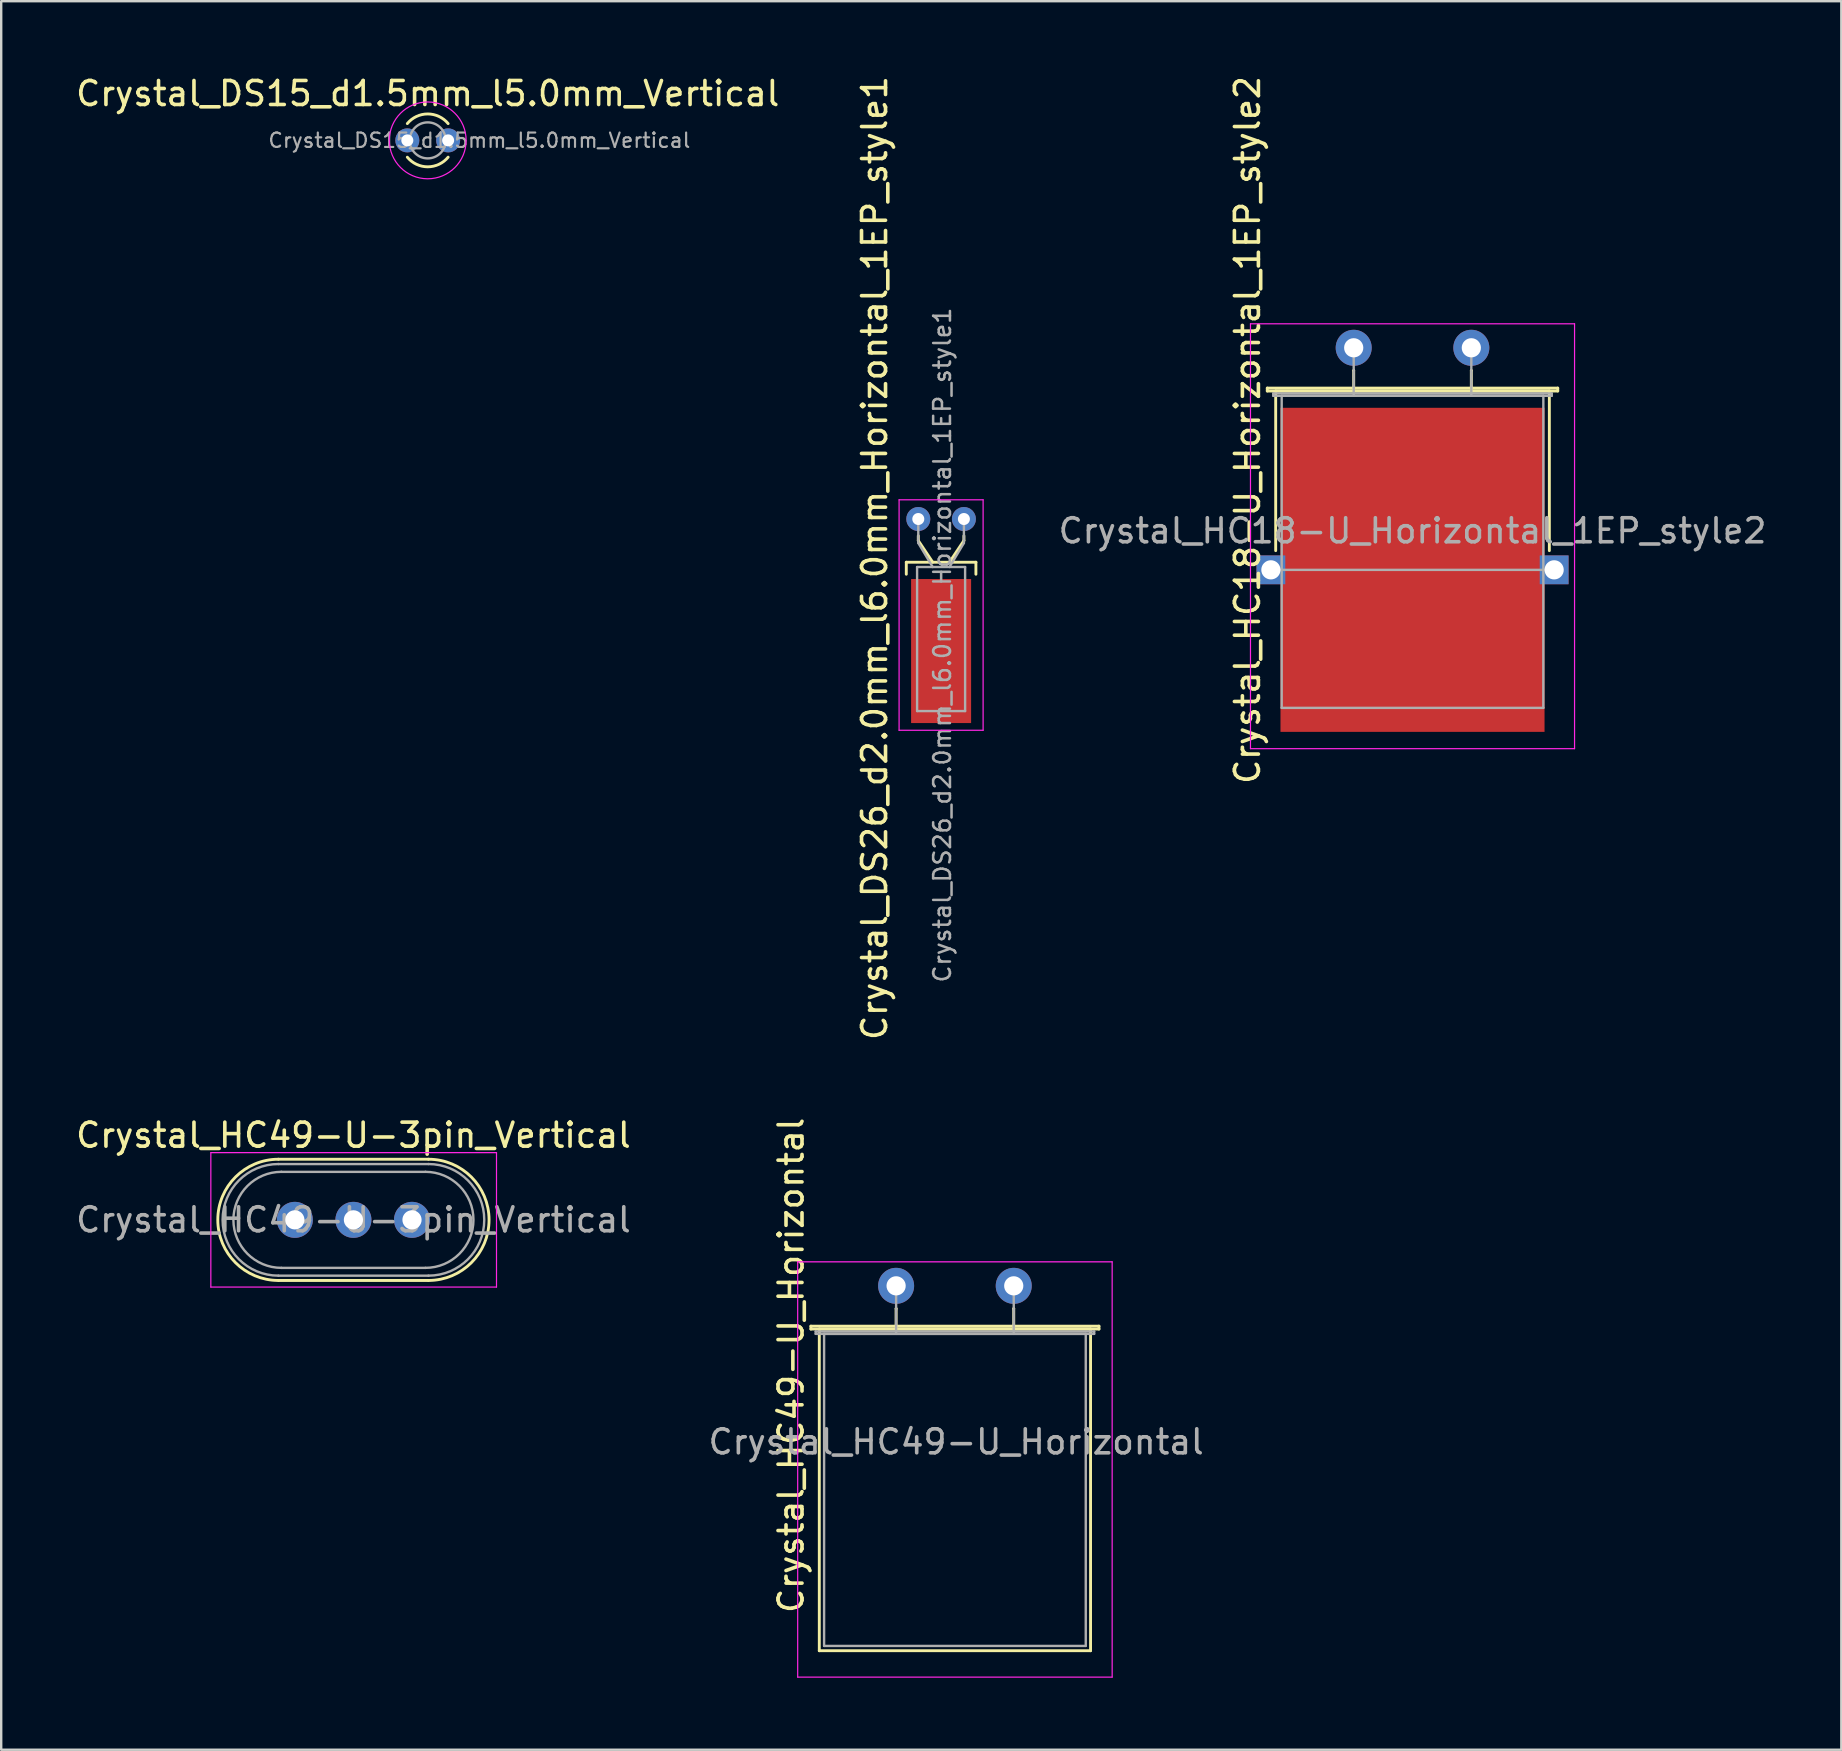
<source format=kicad_pcb>
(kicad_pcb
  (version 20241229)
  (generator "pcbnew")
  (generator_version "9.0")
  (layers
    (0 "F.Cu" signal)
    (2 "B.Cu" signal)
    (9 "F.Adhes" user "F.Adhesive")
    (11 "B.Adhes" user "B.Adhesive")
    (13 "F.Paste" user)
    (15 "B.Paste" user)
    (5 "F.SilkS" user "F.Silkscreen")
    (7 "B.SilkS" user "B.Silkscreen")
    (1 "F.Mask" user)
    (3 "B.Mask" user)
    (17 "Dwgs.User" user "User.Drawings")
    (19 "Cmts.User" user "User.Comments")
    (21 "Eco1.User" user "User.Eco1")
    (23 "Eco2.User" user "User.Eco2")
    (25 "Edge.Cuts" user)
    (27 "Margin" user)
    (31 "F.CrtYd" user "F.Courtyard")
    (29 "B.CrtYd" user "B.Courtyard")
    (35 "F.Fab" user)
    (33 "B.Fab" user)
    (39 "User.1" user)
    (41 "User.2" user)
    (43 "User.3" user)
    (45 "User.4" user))
  (footprint "Crystal_DS26_d2.0mm_l6.0mm_Horizontal_1EP_style1"
    (layer "F.Cu")
    (at 35.204 18.571)
    (property "Reference" "Crystal_DS26_d2.0mm_l6.0mm_Horizontal_1EP_style1" (at -1.82 1.625 90) (layer "F.SilkS") (effects (font (size 1 1) (thickness 0.15))))
    (attr through_hole)
    (fp_line (start -0.5 1.8) (end 2.4 1.8) (stroke (width 0.12) (type solid)) (layer "F.SilkS"))
    (fp_line (start -0.5 2.3) (end -0.5 1.8) (stroke (width 0.12) (type solid)) (layer "F.SilkS"))
    (fp_line (start 0 0.9) (end 0 0.7) (stroke (width 0.12) (type solid)) (layer "F.SilkS"))
    (fp_line (start 0.6 1.8) (end 0 0.9) (stroke (width 0.12) (type solid)) (layer "F.SilkS"))
    (fp_line (start 1.3 1.8) (end 1.9 0.9) (stroke (width 0.12) (type solid)) (layer "F.SilkS"))
    (fp_line (start 1.9 0.9) (end 1.9 0.7) (stroke (width 0.12) (type solid)) (layer "F.SilkS"))
    (fp_line (start 2.4 1.8) (end 2.4 2.3) (stroke (width 0.12) (type solid)) (layer "F.SilkS"))
    (fp_line (start -0.8 -0.8) (end -0.8 8.8) (stroke (width 0.05) (type solid)) (layer "F.CrtYd"))
    (fp_line (start -0.8 8.8) (end 2.7 8.8) (stroke (width 0.05) (type solid)) (layer "F.CrtYd"))
    (fp_line (start 2.7 -0.8) (end -0.8 -0.8) (stroke (width 0.05) (type solid)) (layer "F.CrtYd"))
    (fp_line (start 2.7 8.8) (end 2.7 -0.8) (stroke (width 0.05) (type solid)) (layer "F.CrtYd"))
    (fp_line (start -0.05 2) (end -0.05 8) (stroke (width 0.1) (type solid)) (layer "F.Fab"))
    (fp_line (start -0.05 8) (end 1.95 8) (stroke (width 0.1) (type solid)) (layer "F.Fab"))
    (fp_line (start 0 1) (end 0 0) (stroke (width 0.1) (type solid)) (layer "F.Fab"))
    (fp_line (start 0.6 2) (end 0 1) (stroke (width 0.1) (type solid)) (layer "F.Fab"))
    (fp_line (start 1.3 2) (end 1.9 1) (stroke (width 0.1) (type solid)) (layer "F.Fab"))
    (fp_line (start 1.9 1) (end 1.9 0) (stroke (width 0.1) (type solid)) (layer "F.Fab"))
    (fp_line (start 1.95 2) (end -0.05 2) (stroke (width 0.1) (type solid)) (layer "F.Fab"))
    (fp_line (start 1.95 8) (end 1.95 2) (stroke (width 0.1) (type solid)) (layer "F.Fab"))
    (fp_text user "${REFERENCE}" (at 1 5.25 90) (layer "F.Fab") (effects (font (size 0.7 0.7) (thickness 0.105))))
    (pad "1" thru_hole circle (at 0 0) (size 1 1) (drill 0.5) (layers "*.Cu" "*.Mask"))
    (pad "2" thru_hole circle (at 1.9 0) (size 1 1) (drill 0.5) (layers "*.Cu" "*.Mask"))
    (pad "3" smd rect (at 0.95 5.5) (size 2.5 6) (layers "F.Cu" "F.Mask" "F.Paste")))
  (footprint "Crystal_HC18-U_Horizontal_1EP_style2"
    (layer "F.Cu")
    (at 53.342 11.438)
    (property "Reference" "Crystal_HC18-U_Horizontal_1EP_style2" (at -4.425 3.425 90) (layer "F.SilkS") (effects (font (size 1 1) (thickness 0.15))))
    (attr through_hole)
    (fp_line (start -3.6 1.68) (end 8.5 1.68) (stroke (width 0.12) (type solid)) (layer "F.SilkS"))
    (fp_line (start -3.6 1.8) (end -3.6 1.68) (stroke (width 0.12) (type solid)) (layer "F.SilkS"))
    (fp_line (start -3.25 1.8) (end 8.15 1.8) (stroke (width 0.12) (type solid)) (layer "F.SilkS"))
    (fp_line (start -3.25 8.45) (end -3.25 1.8) (stroke (width 0.12) (type solid)) (layer "F.SilkS"))
    (fp_line (start 0 0.95) (end 0 0.95) (stroke (width 0.12) (type solid)) (layer "F.SilkS"))
    (fp_line (start 0 1.8) (end 0 0.95) (stroke (width 0.12) (type solid)) (layer "F.SilkS"))
    (fp_line (start 4.9 0.95) (end 4.9 0.95) (stroke (width 0.12) (type solid)) (layer "F.SilkS"))
    (fp_line (start 4.9 1.8) (end 4.9 0.95) (stroke (width 0.12) (type solid)) (layer "F.SilkS"))
    (fp_line (start 8.15 1.8) (end 8.15 8.45) (stroke (width 0.12) (type solid)) (layer "F.SilkS"))
    (fp_line (start 8.5 1.68) (end 8.5 1.8) (stroke (width 0.12) (type solid)) (layer "F.SilkS"))
    (fp_line (start 8.5 1.8) (end -3.6 1.8) (stroke (width 0.12) (type solid)) (layer "F.SilkS"))
    (fp_line (start -4.3 -1) (end -4.3 16.7) (stroke (width 0.05) (type solid)) (layer "F.CrtYd"))
    (fp_line (start -4.3 16.7) (end 9.2 16.7) (stroke (width 0.05) (type solid)) (layer "F.CrtYd"))
    (fp_line (start 9.2 -1) (end -4.3 -1) (stroke (width 0.05) (type solid)) (layer "F.CrtYd"))
    (fp_line (start 9.2 16.7) (end 9.2 -1) (stroke (width 0.05) (type solid)) (layer "F.CrtYd"))
    (fp_line (start -3.45 9.25) (end 8.35 9.25) (stroke (width 0.1) (type solid)) (layer "F.Fab"))
    (fp_line (start -3.35 1.9) (end 8.25 1.9) (stroke (width 0.1) (type solid)) (layer "F.Fab"))
    (fp_line (start -3.35 2) (end -3.35 1.9) (stroke (width 0.1) (type solid)) (layer "F.Fab"))
    (fp_line (start -3 2) (end -3 15) (stroke (width 0.1) (type solid)) (layer "F.Fab"))
    (fp_line (start -3 15) (end 7.9 15) (stroke (width 0.1) (type solid)) (layer "F.Fab"))
    (fp_line (start 0 1) (end 0 0) (stroke (width 0.1) (type solid)) (layer "F.Fab"))
    (fp_line (start 0 2) (end 0 1) (stroke (width 0.1) (type solid)) (layer "F.Fab"))
    (fp_line (start 4.9 1) (end 4.9 0) (stroke (width 0.1) (type solid)) (layer "F.Fab"))
    (fp_line (start 4.9 2) (end 4.9 1) (stroke (width 0.1) (type solid)) (layer "F.Fab"))
    (fp_line (start 7.9 2) (end -3 2) (stroke (width 0.1) (type solid)) (layer "F.Fab"))
    (fp_line (start 7.9 15) (end 7.9 2) (stroke (width 0.1) (type solid)) (layer "F.Fab"))
    (fp_line (start 8.25 1.9) (end 8.25 2) (stroke (width 0.1) (type solid)) (layer "F.Fab"))
    (fp_line (start 8.25 2) (end -3.35 2) (stroke (width 0.1) (type solid)) (layer "F.Fab"))
    (fp_text user "${REFERENCE}" (at 2.45 7.625 0) (layer "F.Fab") (effects (font (size 1 1) (thickness 0.15))))
    (pad "1" thru_hole circle (at 0 0) (size 1.5 1.5) (drill 0.8) (layers "*.Cu" "*.Mask"))
    (pad "2" thru_hole circle (at 4.9 0) (size 1.5 1.5) (drill 0.8) (layers "*.Cu" "*.Mask"))
    (pad "3" thru_hole rect (at -3.45 9.25) (size 1.2 1.2) (drill 0.8) (layers "*.Cu" "*.Mask"))
    (pad "3" smd rect (at 2.45 9.25) (size 11 13.5) (layers "F.Cu" "F.Mask" "F.Paste"))
    (pad "3" thru_hole rect (at 8.35 9.25) (size 1.2 1.2) (drill 0.8) (layers "*.Cu" "*.Mask")))
  (footprint "Crystal_HC49-U_Horizontal"
    (layer "F.Cu")
    (at 34.28 50.515)
    (property "Reference" "Crystal_HC49-U_Horizontal" (at -4.375 3.312 90) (layer "F.SilkS") (effects (font (size 1 1) (thickness 0.15))))
    (attr through_hole)
    (fp_line (start -3.55 1.68) (end 8.45 1.68) (stroke (width 0.12) (type solid)) (layer "F.SilkS"))
    (fp_line (start -3.55 1.8) (end -3.55 1.68) (stroke (width 0.12) (type solid)) (layer "F.SilkS"))
    (fp_line (start -3.2 1.8) (end -3.2 15.2) (stroke (width 0.12) (type solid)) (layer "F.SilkS"))
    (fp_line (start -3.2 15.2) (end 8.1 15.2) (stroke (width 0.12) (type solid)) (layer "F.SilkS"))
    (fp_line (start 0 0.95) (end 0 0.95) (stroke (width 0.12) (type solid)) (layer "F.SilkS"))
    (fp_line (start 0 1.8) (end 0 0.95) (stroke (width 0.12) (type solid)) (layer "F.SilkS"))
    (fp_line (start 4.9 0.95) (end 4.9 0.95) (stroke (width 0.12) (type solid)) (layer "F.SilkS"))
    (fp_line (start 4.9 1.8) (end 4.9 0.95) (stroke (width 0.12) (type solid)) (layer "F.SilkS"))
    (fp_line (start 8.1 1.8) (end -3.2 1.8) (stroke (width 0.12) (type solid)) (layer "F.SilkS"))
    (fp_line (start 8.1 15.2) (end 8.1 1.8) (stroke (width 0.12) (type solid)) (layer "F.SilkS"))
    (fp_line (start 8.45 1.68) (end 8.45 1.8) (stroke (width 0.12) (type solid)) (layer "F.SilkS"))
    (fp_line (start 8.45 1.8) (end -3.55 1.8) (stroke (width 0.12) (type solid)) (layer "F.SilkS"))
    (fp_line (start -4.1 -1) (end -4.1 16.3) (stroke (width 0.05) (type solid)) (layer "F.CrtYd"))
    (fp_line (start -4.1 16.3) (end 9 16.3) (stroke (width 0.05) (type solid)) (layer "F.CrtYd"))
    (fp_line (start 9 -1) (end -4.1 -1) (stroke (width 0.05) (type solid)) (layer "F.CrtYd"))
    (fp_line (start 9 16.3) (end 9 -1) (stroke (width 0.05) (type solid)) (layer "F.CrtYd"))
    (fp_line (start -3.35 1.9) (end 8.25 1.9) (stroke (width 0.1) (type solid)) (layer "F.Fab"))
    (fp_line (start -3.35 2) (end -3.35 1.9) (stroke (width 0.1) (type solid)) (layer "F.Fab"))
    (fp_line (start -3 2) (end -3 15) (stroke (width 0.1) (type solid)) (layer "F.Fab"))
    (fp_line (start -3 15) (end 7.9 15) (stroke (width 0.1) (type solid)) (layer "F.Fab"))
    (fp_line (start 0 1) (end 0 0) (stroke (width 0.1) (type solid)) (layer "F.Fab"))
    (fp_line (start 0 2) (end 0 1) (stroke (width 0.1) (type solid)) (layer "F.Fab"))
    (fp_line (start 4.9 1) (end 4.9 0) (stroke (width 0.1) (type solid)) (layer "F.Fab"))
    (fp_line (start 4.9 2) (end 4.9 1) (stroke (width 0.1) (type solid)) (layer "F.Fab"))
    (fp_line (start 7.9 2) (end -3 2) (stroke (width 0.1) (type solid)) (layer "F.Fab"))
    (fp_line (start 7.9 15) (end 7.9 2) (stroke (width 0.1) (type solid)) (layer "F.Fab"))
    (fp_line (start 8.25 1.9) (end 8.25 2) (stroke (width 0.1) (type solid)) (layer "F.Fab"))
    (fp_line (start 8.25 2) (end -3.35 2) (stroke (width 0.1) (type solid)) (layer "F.Fab"))
    (fp_text user "${REFERENCE}" (at 2.5 6.5 0) (layer "F.Fab") (effects (font (size 1 1) (thickness 0.15))))
    (pad "1" thru_hole circle (at 0 0) (size 1.5 1.5) (drill 0.8) (layers "*.Cu" "*.Mask"))
    (pad "2" thru_hole circle (at 4.9 0) (size 1.5 1.5) (drill 0.8) (layers "*.Cu" "*.Mask")))
  (footprint "Crystal_DS15_d1.5mm_l5.0mm_Vertical"
    (layer "F.Cu")
    (at 13.918 2.798)
    (property "Reference" "Crystal_DS15_d1.5mm_l5.0mm_Vertical" (at 0.85 -1.95 0) (layer "F.SilkS") (effects (font (size 1 1) (thickness 0.15))))
    (attr through_hole)
    (fp_arc (start 0 -0.7) (mid 0.850432 -1.101136) (end 1.700549 -0.699333) (stroke (width 0.12) (type solid)) (layer "F.SilkS"))
    (fp_arc (start 1.700549 0.699333) (mid 0.850432 1.101136) (end 0 0.7) (stroke (width 0.12) (type solid)) (layer "F.SilkS"))
    (fp_circle (center 0.85 0) (end 2.45 0) (stroke (width 0.05) (type solid)) (fill no) (layer "F.CrtYd"))
    (fp_circle (center 0.85 0) (end 1.6 0) (stroke (width 0.1) (type solid)) (fill no) (layer "F.Fab"))
    (fp_text user "${REFERENCE}" (at 3 0 0) (layer "F.Fab") (effects (font (size 0.6 0.6) (thickness 0.09))))
    (pad "1" thru_hole circle (at 0 0) (size 1 1) (drill 0.5) (layers "*.Cu" "*.Mask"))
    (pad "2" thru_hole circle (at 1.7 0) (size 1 1) (drill 0.5) (layers "*.Cu" "*.Mask")))
  (footprint "Crystal_HC49-U-3pin_Vertical"
    (layer "F.Cu")
    (at 9.233 47.766)
    (property "Reference" "Crystal_HC49-U-3pin_Vertical" (at 2.44 -3.525 0) (layer "F.SilkS") (effects (font (size 1 1) (thickness 0.15))))
    (attr through_hole)
    (fp_line (start -0.685 -2.525) (end 5.565 -2.525) (stroke (width 0.12) (type solid)) (layer "F.SilkS"))
    (fp_line (start -0.685 2.525) (end 5.565 2.525) (stroke (width 0.12) (type solid)) (layer "F.SilkS"))
    (fp_arc (start -0.685 2.525) (mid -3.21 0) (end -0.685 -2.525) (stroke (width 0.12) (type solid)) (layer "F.SilkS"))
    (fp_arc (start 5.565 -2.525) (mid 8.09 0) (end 5.565 2.525) (stroke (width 0.12) (type solid)) (layer "F.SilkS"))
    (fp_line (start -3.5 -2.8) (end -3.5 2.8) (stroke (width 0.05) (type solid)) (layer "F.CrtYd"))
    (fp_line (start -3.5 2.8) (end 8.4 2.8) (stroke (width 0.05) (type solid)) (layer "F.CrtYd"))
    (fp_line (start 8.4 -2.8) (end -3.5 -2.8) (stroke (width 0.05) (type solid)) (layer "F.CrtYd"))
    (fp_line (start 8.4 2.8) (end 8.4 -2.8) (stroke (width 0.05) (type solid)) (layer "F.CrtYd"))
    (fp_line (start -0.685 -2.325) (end 5.565 -2.325) (stroke (width 0.1) (type solid)) (layer "F.Fab"))
    (fp_line (start -0.685 2.325) (end 5.565 2.325) (stroke (width 0.1) (type solid)) (layer "F.Fab"))
    (fp_line (start -0.56 -2) (end 5.44 -2) (stroke (width 0.1) (type solid)) (layer "F.Fab"))
    (fp_line (start -0.56 2) (end 5.44 2) (stroke (width 0.1) (type solid)) (layer "F.Fab"))
    (fp_arc (start -0.685 2.325) (mid -3.01 0) (end -0.685 -2.325) (stroke (width 0.1) (type solid)) (layer "F.Fab"))
    (fp_arc (start -0.56 2) (mid -2.56 0) (end -0.56 -2) (stroke (width 0.1) (type solid)) (layer "F.Fab"))
    (fp_arc (start 5.44 -2) (mid 7.44 0) (end 5.44 2) (stroke (width 0.1) (type solid)) (layer "F.Fab"))
    (fp_arc (start 5.565 -2.325) (mid 7.89 0) (end 5.565 2.325) (stroke (width 0.1) (type solid)) (layer "F.Fab"))
    (fp_text user "${REFERENCE}" (at 2.44 0 0) (layer "F.Fab") (effects (font (size 1 1) (thickness 0.15))))
    (pad "1" thru_hole circle (at 0 0) (size 1.5 1.5) (drill 0.8) (layers "*.Cu" "*.Mask"))
    (pad "2" thru_hole circle (at 2.44 0) (size 1.5 1.5) (drill 0.8) (layers "*.Cu" "*.Mask"))
    (pad "3" thru_hole circle (at 4.88 0) (size 1.5 1.5) (drill 0.8) (layers "*.Cu" "*.Mask")))
  (gr_rect
    (start -3 -3)
    (end 73.655 69.84)
    (stroke (width 0.1) (type default))
    (fill no)
    (layer "Edge.Cuts")))
</source>
